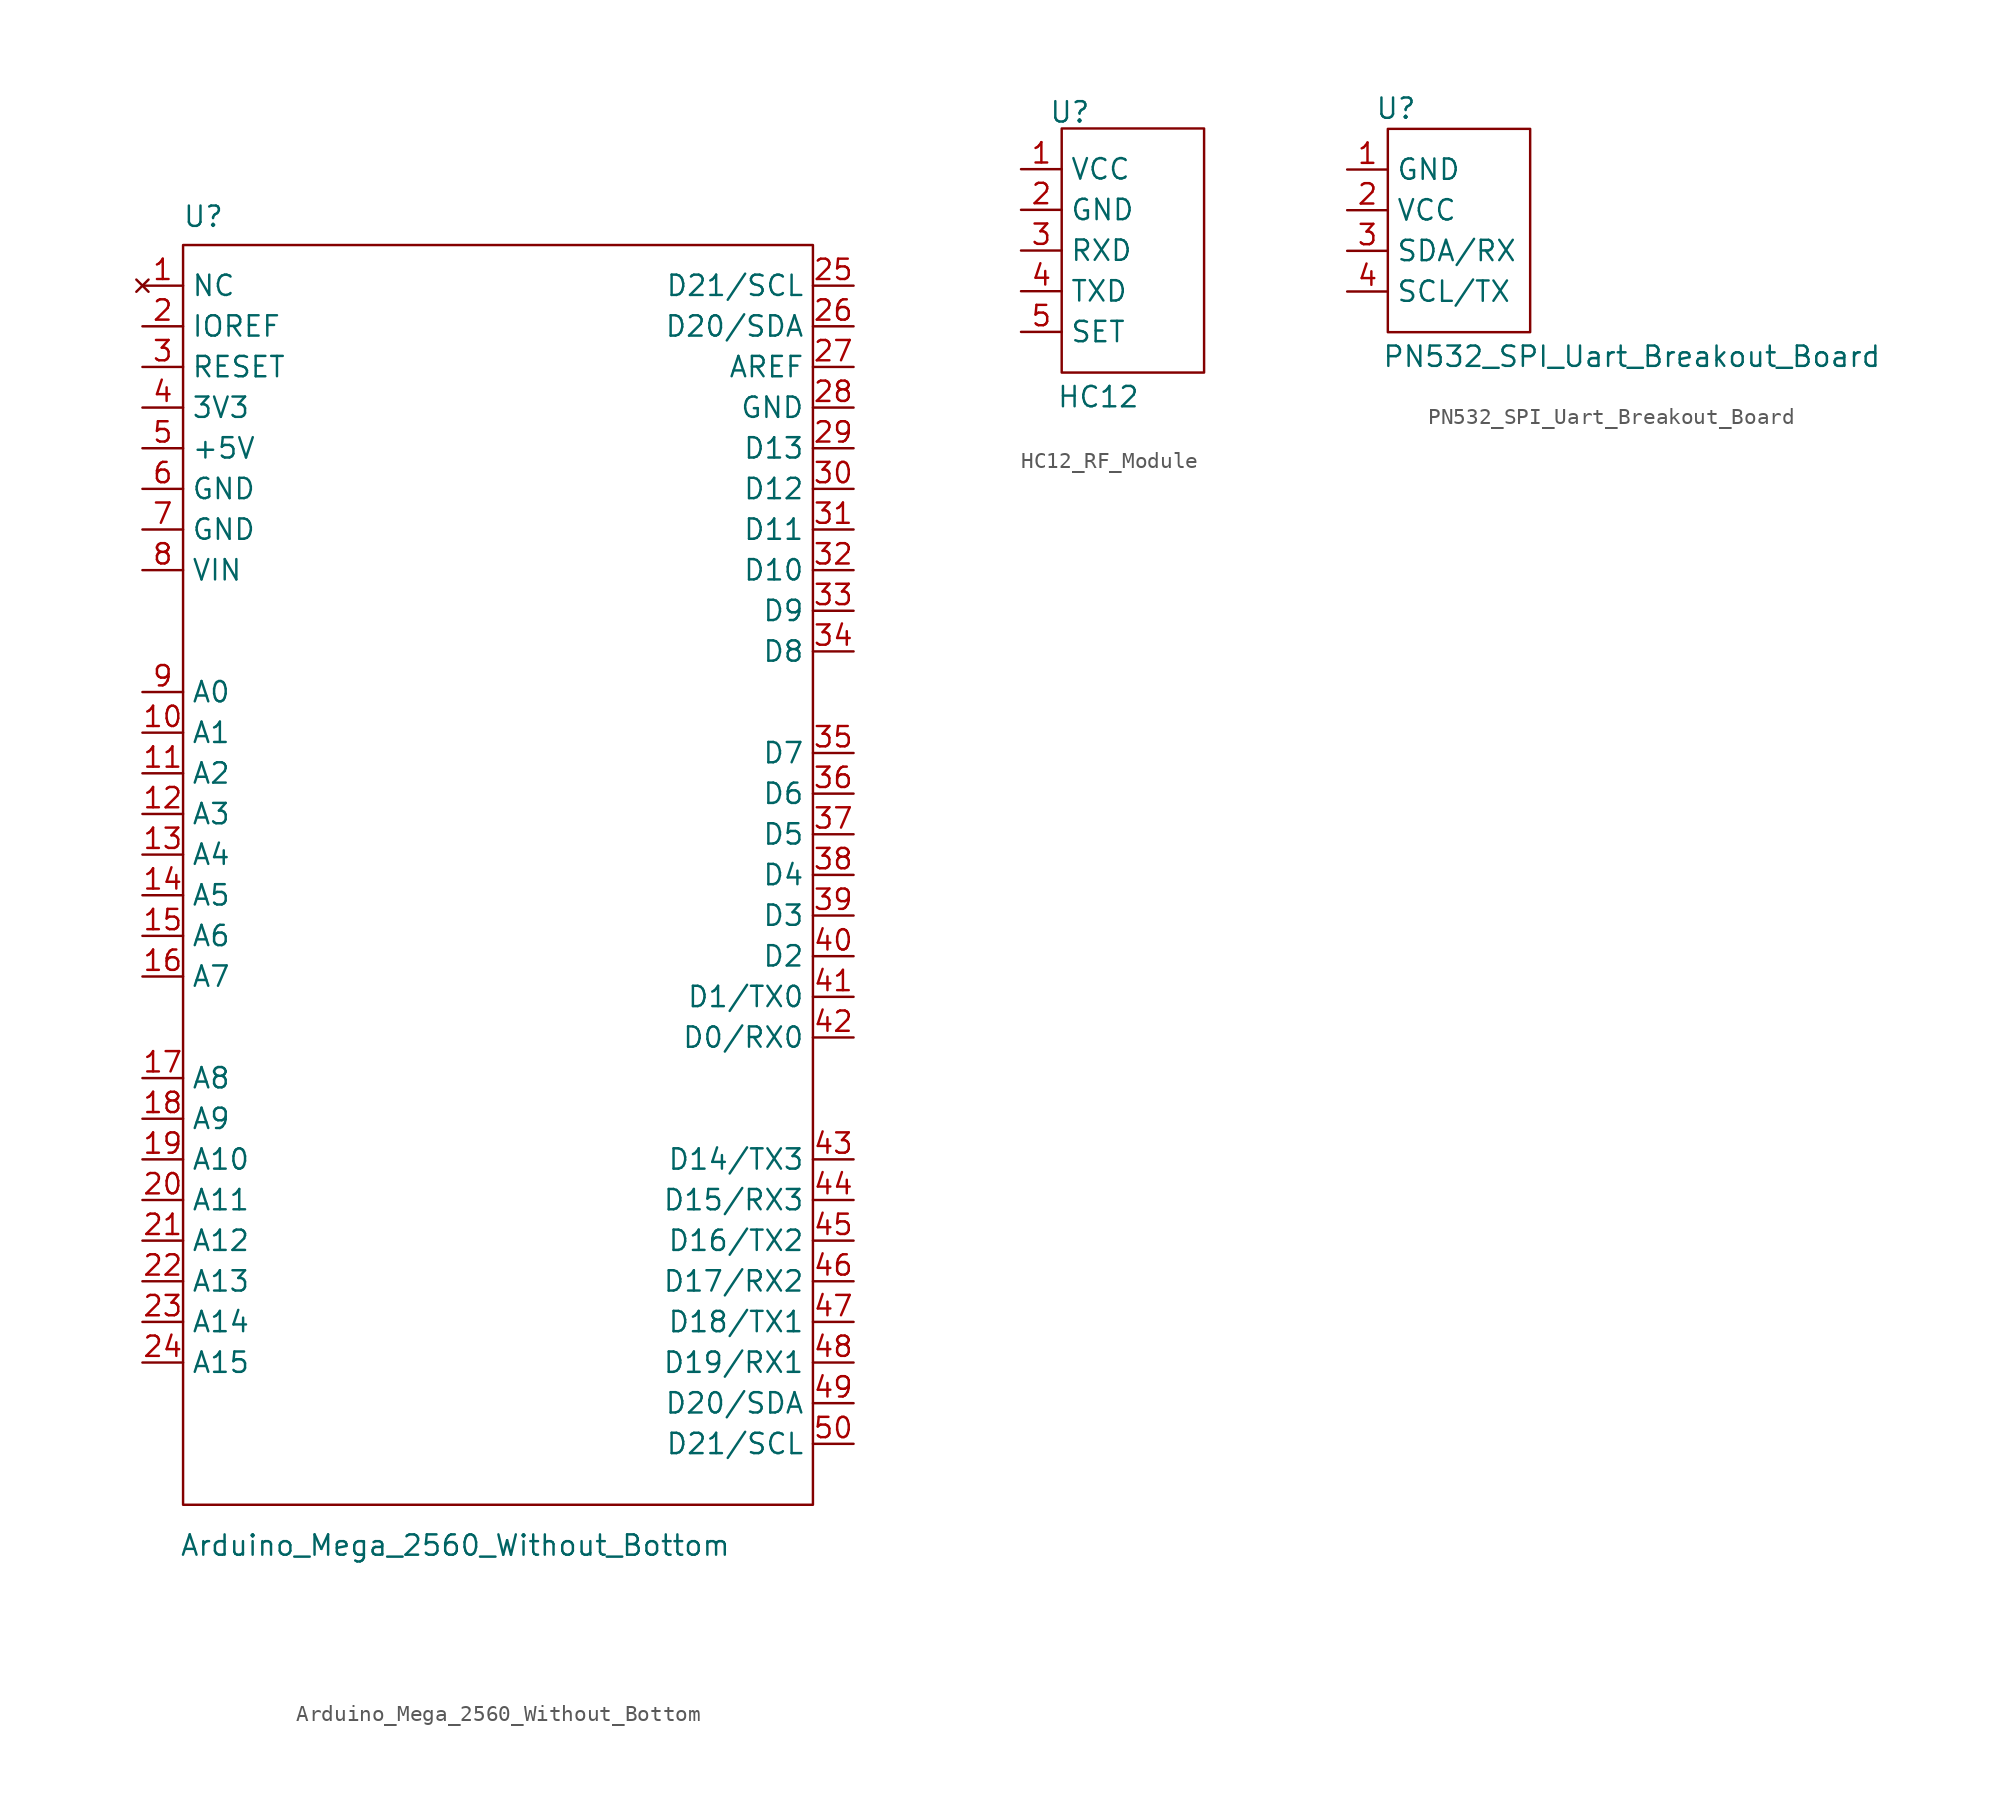
<source format=kicad_sym>
(kicad_symbol_lib
  (version 20231120)
  (generator "kicad_symbol_editor")
  (generator_version "8.0")
  (symbol "Arduino_Mega_2560_Without_Bottom"
    (property "Reference" "U"
      (at -11.43 19.558 0)
      (effects (font (size 1.27 1.27))))
    (property "Value" "Arduino_Mega_2560_Without_Bottom"
      (at 4.318 -63.5 0)
      (effects (font (size 1.27 1.27))))
    (symbol "Arduino_Mega_2560_Without_Bottom_0_1"
      (rectangle (start -12.7 17.78) (end 26.67 -60.96) (stroke (width 0) (type default)) (fill (type none))))
    (symbol "Arduino_Mega_2560_Without_Bottom_1_1"
      (pin no_connect line (at -15.24 15.24 0) (length 2.54) (name "NC" (effects (font (size 1.27 1.27)))) (number "1" (effects (font (size 1.27 1.27)))))
      (pin bidirectional line (at -15.24 -12.7 0) (length 2.54) (name "A1" (effects (font (size 1.27 1.27)))) (number "10" (effects (font (size 1.27 1.27)))))
      (pin bidirectional line (at -15.24 -15.24 0) (length 2.54) (name "A2" (effects (font (size 1.27 1.27)))) (number "11" (effects (font (size 1.27 1.27)))))
      (pin bidirectional line (at -15.24 -17.78 0) (length 2.54) (name "A3" (effects (font (size 1.27 1.27)))) (number "12" (effects (font (size 1.27 1.27)))))
      (pin bidirectional line (at -15.24 -20.32 0) (length 2.54) (name "A4" (effects (font (size 1.27 1.27)))) (number "13" (effects (font (size 1.27 1.27)))))
      (pin bidirectional line (at -15.24 -22.86 0) (length 2.54) (name "A5" (effects (font (size 1.27 1.27)))) (number "14" (effects (font (size 1.27 1.27)))))
      (pin bidirectional line (at -15.24 -25.4 0) (length 2.54) (name "A6" (effects (font (size 1.27 1.27)))) (number "15" (effects (font (size 1.27 1.27)))))
      (pin bidirectional line (at -15.24 -27.94 0) (length 2.54) (name "A7" (effects (font (size 1.27 1.27)))) (number "16" (effects (font (size 1.27 1.27)))))
      (pin bidirectional line (at -15.24 -34.29 0) (length 2.54) (name "A8" (effects (font (size 1.27 1.27)))) (number "17" (effects (font (size 1.27 1.27)))))
      (pin bidirectional line (at -15.24 -36.83 0) (length 2.54) (name "A9" (effects (font (size 1.27 1.27)))) (number "18" (effects (font (size 1.27 1.27)))))
      (pin bidirectional line (at -15.24 -39.37 0) (length 2.54) (name "A10" (effects (font (size 1.27 1.27)))) (number "19" (effects (font (size 1.27 1.27)))))
      (pin input line (at -15.24 12.7 0) (length 2.54) (name "IOREF" (effects (font (size 1.27 1.27)))) (number "2" (effects (font (size 1.27 1.27)))))
      (pin bidirectional line (at -15.24 -41.91 0) (length 2.54) (name "A11" (effects (font (size 1.27 1.27)))) (number "20" (effects (font (size 1.27 1.27)))))
      (pin bidirectional line (at -15.24 -44.45 0) (length 2.54) (name "A12" (effects (font (size 1.27 1.27)))) (number "21" (effects (font (size 1.27 1.27)))))
      (pin bidirectional line (at -15.24 -46.99 0) (length 2.54) (name "A13" (effects (font (size 1.27 1.27)))) (number "22" (effects (font (size 1.27 1.27)))))
      (pin bidirectional line (at -15.24 -49.53 0) (length 2.54) (name "A14" (effects (font (size 1.27 1.27)))) (number "23" (effects (font (size 1.27 1.27)))))
      (pin bidirectional line (at -15.24 -52.07 0) (length 2.54) (name "A15" (effects (font (size 1.27 1.27)))) (number "24" (effects (font (size 1.27 1.27)))))
      (pin bidirectional line (at 29.21 15.24 180) (length 2.54) (name "D21/SCL" (effects (font (size 1.27 1.27)))) (number "25" (effects (font (size 1.27 1.27)))))
      (pin bidirectional line (at 29.21 12.7 180) (length 2.54) (name "D20/SDA" (effects (font (size 1.27 1.27)))) (number "26" (effects (font (size 1.27 1.27)))))
      (pin input line (at 29.21 10.16 180) (length 2.54) (name "AREF" (effects (font (size 1.27 1.27)))) (number "27" (effects (font (size 1.27 1.27)))))
      (pin power_in line (at 29.21 7.62 180) (length 2.54) (name "GND" (effects (font (size 1.27 1.27)))) (number "28" (effects (font (size 1.27 1.27)))))
      (pin bidirectional line (at 29.21 5.08 180) (length 2.54) (name "D13" (effects (font (size 1.27 1.27)))) (number "29" (effects (font (size 1.27 1.27)))))
      (pin input line (at -15.24 10.16 0) (length 2.54) (name "RESET" (effects (font (size 1.27 1.27)))) (number "3" (effects (font (size 1.27 1.27)))))
      (pin bidirectional line (at 29.21 2.54 180) (length 2.54) (name "D12" (effects (font (size 1.27 1.27)))) (number "30" (effects (font (size 1.27 1.27)))))
      (pin bidirectional line (at 29.21 0 180) (length 2.54) (name "D11" (effects (font (size 1.27 1.27)))) (number "31" (effects (font (size 1.27 1.27)))))
      (pin bidirectional line (at 29.21 -2.54 180) (length 2.54) (name "D10" (effects (font (size 1.27 1.27)))) (number "32" (effects (font (size 1.27 1.27)))))
      (pin bidirectional line (at 29.21 -5.08 180) (length 2.54) (name "D9" (effects (font (size 1.27 1.27)))) (number "33" (effects (font (size 1.27 1.27)))))
      (pin bidirectional line (at 29.21 -7.62 180) (length 2.54) (name "D8" (effects (font (size 1.27 1.27)))) (number "34" (effects (font (size 1.27 1.27)))))
      (pin bidirectional line (at 29.21 -13.97 180) (length 2.54) (name "D7" (effects (font (size 1.27 1.27)))) (number "35" (effects (font (size 1.27 1.27)))))
      (pin bidirectional line (at 29.21 -16.51 180) (length 2.54) (name "D6" (effects (font (size 1.27 1.27)))) (number "36" (effects (font (size 1.27 1.27)))))
      (pin bidirectional line (at 29.21 -19.05 180) (length 2.54) (name "D5" (effects (font (size 1.27 1.27)))) (number "37" (effects (font (size 1.27 1.27)))))
      (pin bidirectional line (at 29.21 -21.59 180) (length 2.54) (name "D4" (effects (font (size 1.27 1.27)))) (number "38" (effects (font (size 1.27 1.27)))))
      (pin bidirectional line (at 29.21 -24.13 180) (length 2.54) (name "D3" (effects (font (size 1.27 1.27)))) (number "39" (effects (font (size 1.27 1.27)))))
      (pin power_out line (at -15.24 7.62 0) (length 2.54) (name "3V3" (effects (font (size 1.27 1.27)))) (number "4" (effects (font (size 1.27 1.27)))))
      (pin bidirectional line (at 29.21 -26.67 180) (length 2.54) (name "D2" (effects (font (size 1.27 1.27)))) (number "40" (effects (font (size 1.27 1.27)))))
      (pin bidirectional line (at 29.21 -29.21 180) (length 2.54) (name "D1/TX0" (effects (font (size 1.27 1.27)))) (number "41" (effects (font (size 1.27 1.27)))))
      (pin bidirectional line (at 29.21 -31.75 180) (length 2.54) (name "D0/RX0" (effects (font (size 1.27 1.27)))) (number "42" (effects (font (size 1.27 1.27)))))
      (pin bidirectional line (at 29.21 -39.37 180) (length 2.54) (name "D14/TX3" (effects (font (size 1.27 1.27)))) (number "43" (effects (font (size 1.27 1.27)))))
      (pin bidirectional line (at 29.21 -41.91 180) (length 2.54) (name "D15/RX3" (effects (font (size 1.27 1.27)))) (number "44" (effects (font (size 1.27 1.27)))))
      (pin bidirectional line (at 29.21 -44.45 180) (length 2.54) (name "D16/TX2" (effects (font (size 1.27 1.27)))) (number "45" (effects (font (size 1.27 1.27)))))
      (pin bidirectional line (at 29.21 -46.99 180) (length 2.54) (name "D17/RX2" (effects (font (size 1.27 1.27)))) (number "46" (effects (font (size 1.27 1.27)))))
      (pin bidirectional line (at 29.21 -49.53 180) (length 2.54) (name "D18/TX1" (effects (font (size 1.27 1.27)))) (number "47" (effects (font (size 1.27 1.27)))))
      (pin bidirectional line (at 29.21 -52.07 180) (length 2.54) (name "D19/RX1" (effects (font (size 1.27 1.27)))) (number "48" (effects (font (size 1.27 1.27)))))
      (pin bidirectional line (at 29.21 -54.61 180) (length 2.54) (name "D20/SDA" (effects (font (size 1.27 1.27)))) (number "49" (effects (font (size 1.27 1.27)))))
      (pin power_out line (at -15.24 5.08 0) (length 2.54) (name "+5V" (effects (font (size 1.27 1.27)))) (number "5" (effects (font (size 1.27 1.27)))))
      (pin bidirectional line (at 29.21 -57.15 180) (length 2.54) (name "D21/SCL" (effects (font (size 1.27 1.27)))) (number "50" (effects (font (size 1.27 1.27)))))
      (pin power_in line (at -15.24 2.54 0) (length 2.54) (name "GND" (effects (font (size 1.27 1.27)))) (number "6" (effects (font (size 1.27 1.27)))))
      (pin power_in line (at -15.24 0 0) (length 2.54) (name "GND" (effects (font (size 1.27 1.27)))) (number "7" (effects (font (size 1.27 1.27)))))
      (pin power_in line (at -15.24 -2.54 0) (length 2.54) (name "VIN" (effects (font (size 1.27 1.27)))) (number "8" (effects (font (size 1.27 1.27)))))
      (pin bidirectional line (at -15.24 -10.16 0) (length 2.54) (name "A0" (effects (font (size 1.27 1.27)))) (number "9" (effects (font (size 1.27 1.27)))))))
  (symbol "HC12_RF_Module"
    (property "Reference" "U"
      (at 3.048 3.556 0)
      (effects (font (size 1.27 1.27))))
    (property "Value" "HC12"
      (at 4.826 -14.224 0)
      (effects (font (size 1.27 1.27))))
    (symbol "HC12_RF_Module_1_1"
      (rectangle (start 2.54 2.54) (end 11.43 -12.7) (stroke (width 0) (type default)) (fill (type none)))
      (pin power_in line (at 0 0 0) (length 2.54) (name "VCC" (effects (font (size 1.27 1.27)))) (number "1" (effects (font (size 1.27 1.27)))))
      (pin power_in line (at 0 -2.54 0) (length 2.54) (name "GND" (effects (font (size 1.27 1.27)))) (number "2" (effects (font (size 1.27 1.27)))))
      (pin input line (at 0 -5.08 0) (length 2.54) (name "RXD" (effects (font (size 1.27 1.27)))) (number "3" (effects (font (size 1.27 1.27)))))
      (pin output line (at 0 -7.62 0) (length 2.54) (name "TXD" (effects (font (size 1.27 1.27)))) (number "4" (effects (font (size 1.27 1.27)))))
      (pin input line (at 0 -10.16 0) (length 2.54) (name "SET" (effects (font (size 1.27 1.27)))) (number "5" (effects (font (size 1.27 1.27)))))))
  (symbol "PN532_SPI_Uart_Breakout_Board"
    (property "Reference" "U"
      (at 3.048 3.81 0)
      (effects (font (size 1.27 1.27))))
    (property "Value" "PN532_SPI_Uart_Breakout_Board"
      (at 17.78 -11.684 0)
      (effects (font (size 1.27 1.27))))
    (symbol "PN532_SPI_Uart_Breakout_Board_1_1"
      (rectangle (start 2.54 2.54) (end 11.43 -10.16) (stroke (width 0) (type default)) (fill (type none)))
      (pin power_in line (at 0 0 0) (length 2.54) (name "GND" (effects (font (size 1.27 1.27)))) (number "1" (effects (font (size 1.27 1.27)))))
      (pin power_in line (at 0 -2.54 0) (length 2.54) (name "VCC" (effects (font (size 1.27 1.27)))) (number "2" (effects (font (size 1.27 1.27)))))
      (pin bidirectional line (at 0 -5.08 0) (length 2.54) (name "SDA/RX" (effects (font (size 1.27 1.27)))) (number "3" (effects (font (size 1.27 1.27)))))
      (pin bidirectional line (at 0 -7.62 0) (length 2.54) (name "SCL/TX" (effects (font (size 1.27 1.27)))) (number "4" (effects (font (size 1.27 1.27))))))))
</source>
